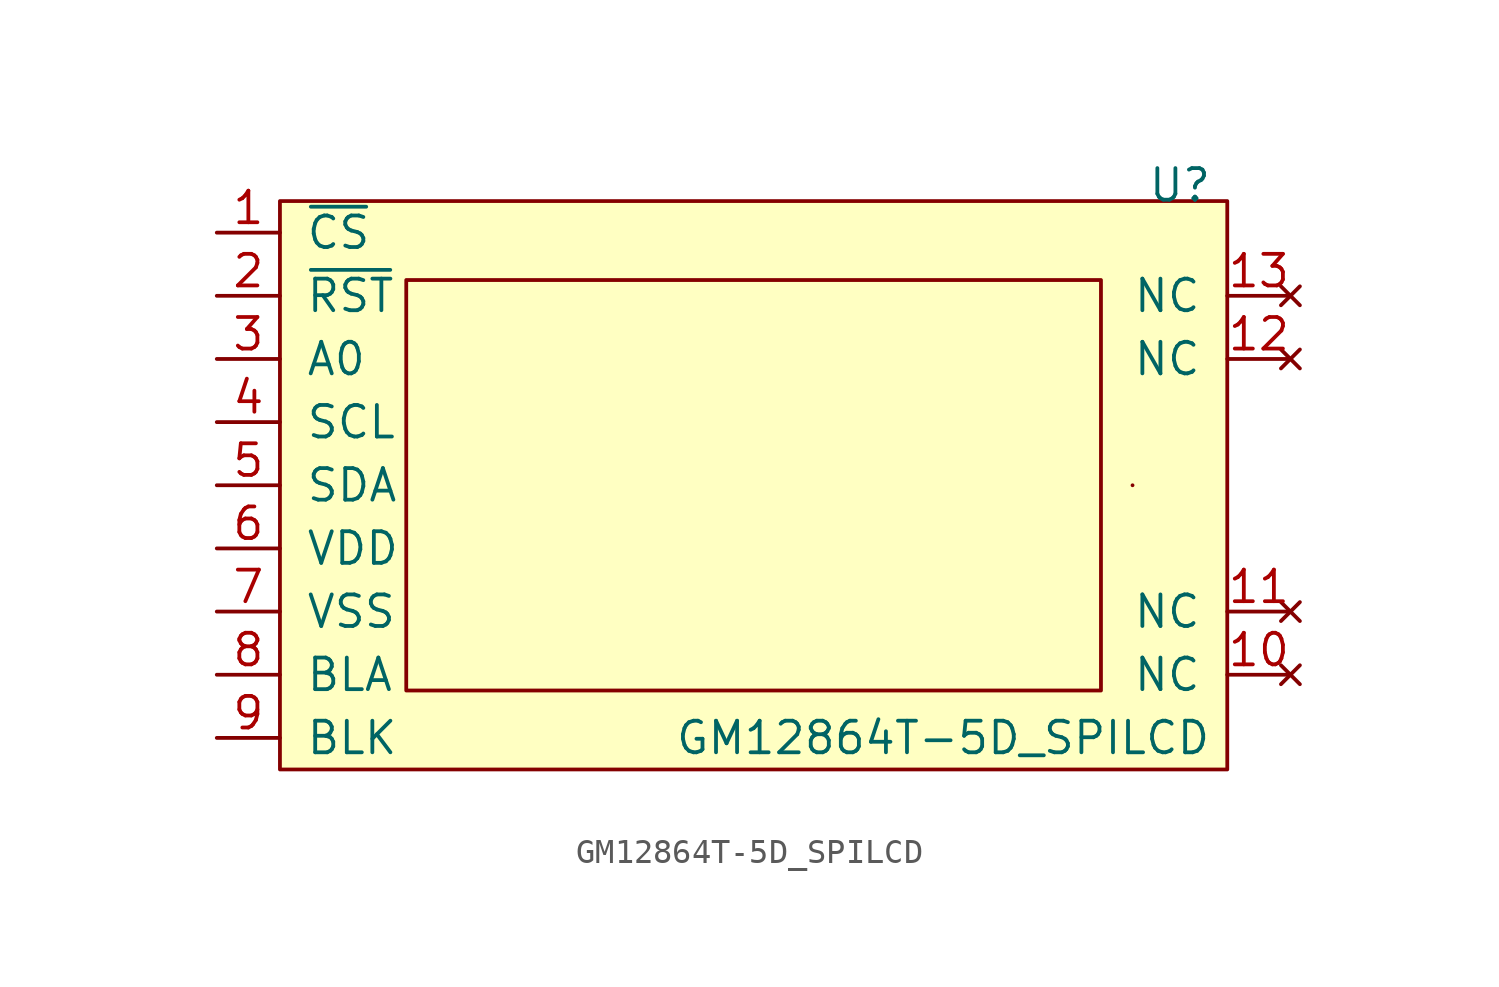
<source format=kicad_sym>
(kicad_symbol_lib
  (version 20211014)
  (generator kicad_symbol_editor)
  (symbol "GM12864T-5D_SPILCD"
    (pin_names
      (offset 1.016))
    (property "Reference" "U"
      (at 17.145 12.065 0)
      (effects (font (size 1.27 1.27))))
    (property "Value" "GM12864T-5D_SPILCD"
      (at 7.62 -10.16 0)
      (effects (font (size 1.27 1.27))))
    (symbol "GM12864T-5D_SPILCD_0_1"
      (rectangle (start -19.05 11.43) (end 19.05 -11.43) (stroke (width 0) (type default) (color 0 0 0 0)) (fill (type background)))
      (rectangle (start -13.97 8.255) (end 13.97 -8.255) (stroke (width 0) (type default) (color 0 0 0 0)) (fill (type none)))
      (rectangle (start 15.24 0) (end 15.24 0) (stroke (width 0) (type default) (color 0 0 0 0)) (fill (type none))))
    (symbol "GM12864T-5D_SPILCD_1_1"
      (pin input line (at -21.59 10.16 0) (length 2.54) (name "~{CS}" (effects (font (size 1.27 1.27)))) (number "1" (effects (font (size 1.27 1.27)))))
      (pin no_connect line (at 21.59 -7.62 180) (length 2.54) (name "NC" (effects (font (size 1.27 1.27)))) (number "10" (effects (font (size 1.27 1.27)))))
      (pin no_connect line (at 21.59 -5.08 180) (length 2.54) (name "NC" (effects (font (size 1.27 1.27)))) (number "11" (effects (font (size 1.27 1.27)))))
      (pin no_connect line (at 21.59 5.08 180) (length 2.54) (name "NC" (effects (font (size 1.27 1.27)))) (number "12" (effects (font (size 1.27 1.27)))))
      (pin no_connect line (at 21.59 7.62 180) (length 2.54) (name "NC" (effects (font (size 1.27 1.27)))) (number "13" (effects (font (size 1.27 1.27)))))
      (pin input line (at -21.59 7.62 0) (length 2.54) (name "~{RST}" (effects (font (size 1.27 1.27)))) (number "2" (effects (font (size 1.27 1.27)))))
      (pin input line (at -21.59 5.08 0) (length 2.54) (name "A0" (effects (font (size 1.27 1.27)))) (number "3" (effects (font (size 1.27 1.27)))))
      (pin input line (at -21.59 2.54 0) (length 2.54) (name "SCL" (effects (font (size 1.27 1.27)))) (number "4" (effects (font (size 1.27 1.27)))))
      (pin input line (at -21.59 0 0) (length 2.54) (name "SDA" (effects (font (size 1.27 1.27)))) (number "5" (effects (font (size 1.27 1.27)))))
      (pin power_in line (at -21.59 -2.54 0) (length 2.54) (name "VDD" (effects (font (size 1.27 1.27)))) (number "6" (effects (font (size 1.27 1.27)))))
      (pin power_in line (at -21.59 -5.08 0) (length 2.54) (name "VSS" (effects (font (size 1.27 1.27)))) (number "7" (effects (font (size 1.27 1.27)))))
      (pin power_in line (at -21.59 -7.62 0) (length 2.54) (name "BLA" (effects (font (size 1.27 1.27)))) (number "8" (effects (font (size 1.27 1.27)))))
      (pin power_out line (at -21.59 -10.16 0) (length 2.54) (name "BLK" (effects (font (size 1.27 1.27)))) (number "9" (effects (font (size 1.27 1.27))))))))
</source>
